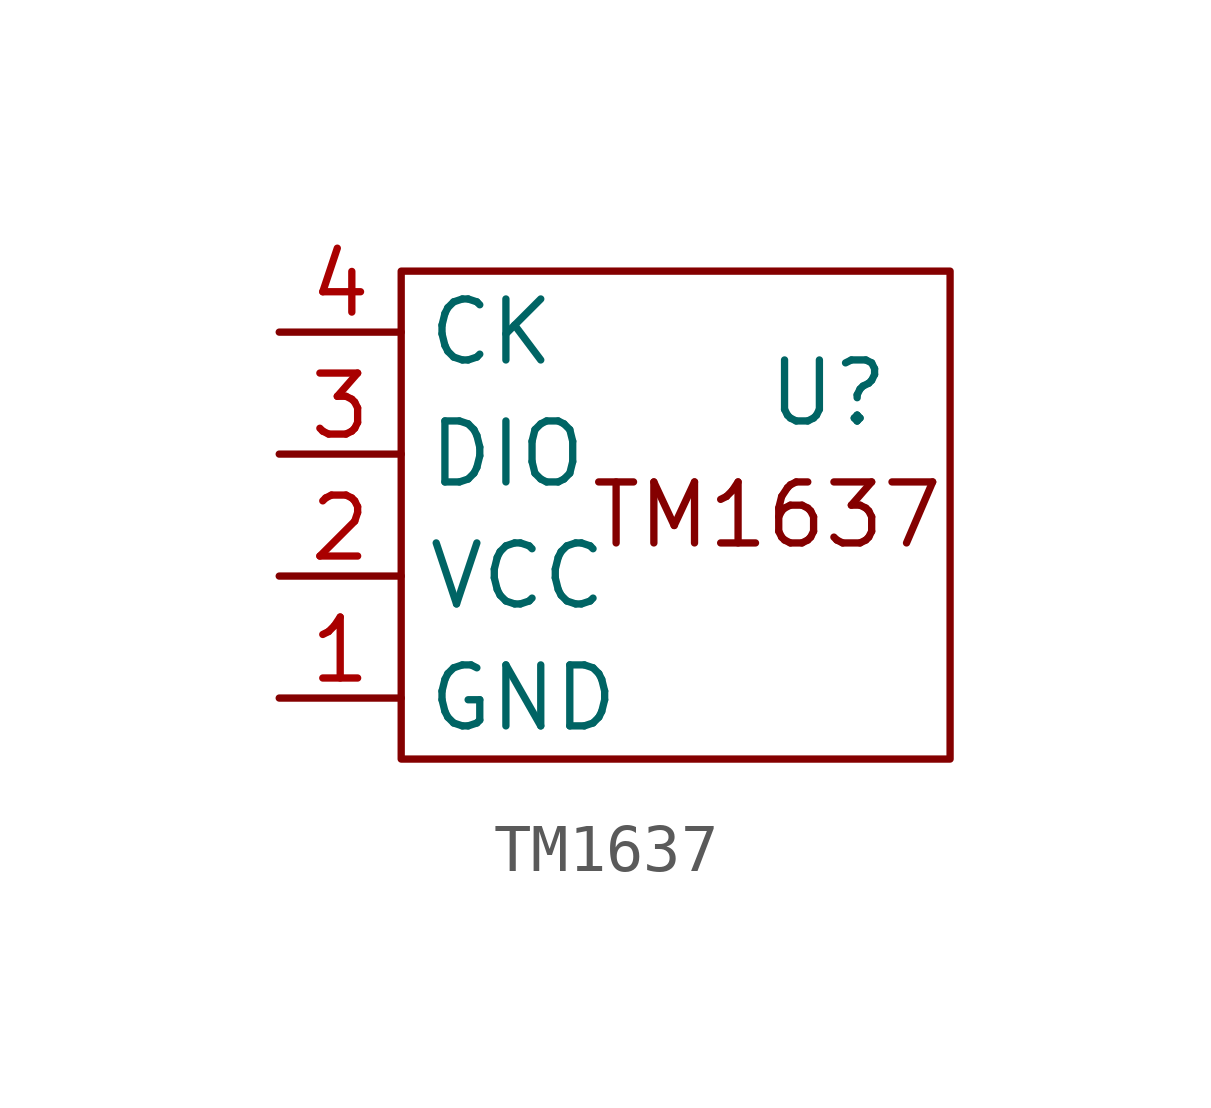
<source format=kicad_sym>
(kicad_symbol_lib
  (version 20220914)
  (generator kicad_symbol_editor)
  (symbol "TM1637"
    (property "Reference" "U"
      (at 3.81 2.54 0)
      (effects (font (size 1.27 1.27))))
    (property "Value" ""
      (at -2.54 -2.54 0)
      (effects (font (size 1.27 1.27))))
    (symbol "TM1637_0_1"
      (rectangle (start -5.08 5.08) (end 6.35 -5.08) (stroke (width 0) (type default)) (fill (type none))))
    (symbol "TM1637_1_1"
      (text "TM1637" (at 2.54 0 0) (effects (font (size 1.27 1.27))))
      (pin input line (at -7.62 -3.81 0) (length 2.54) (name "GND" (effects (font (size 1.27 1.27)))) (number "1" (effects (font (size 1.27 1.27)))))
      (pin input line (at -7.62 -1.27 0) (length 2.54) (name "VCC" (effects (font (size 1.27 1.27)))) (number "2" (effects (font (size 1.27 1.27)))))
      (pin input line (at -7.62 1.27 0) (length 2.54) (name "DIO" (effects (font (size 1.27 1.27)))) (number "3" (effects (font (size 1.27 1.27)))))
      (pin input line (at -7.62 3.81 0) (length 2.54) (name "CK" (effects (font (size 1.27 1.27)))) (number "4" (effects (font (size 1.27 1.27))))))))
</source>
